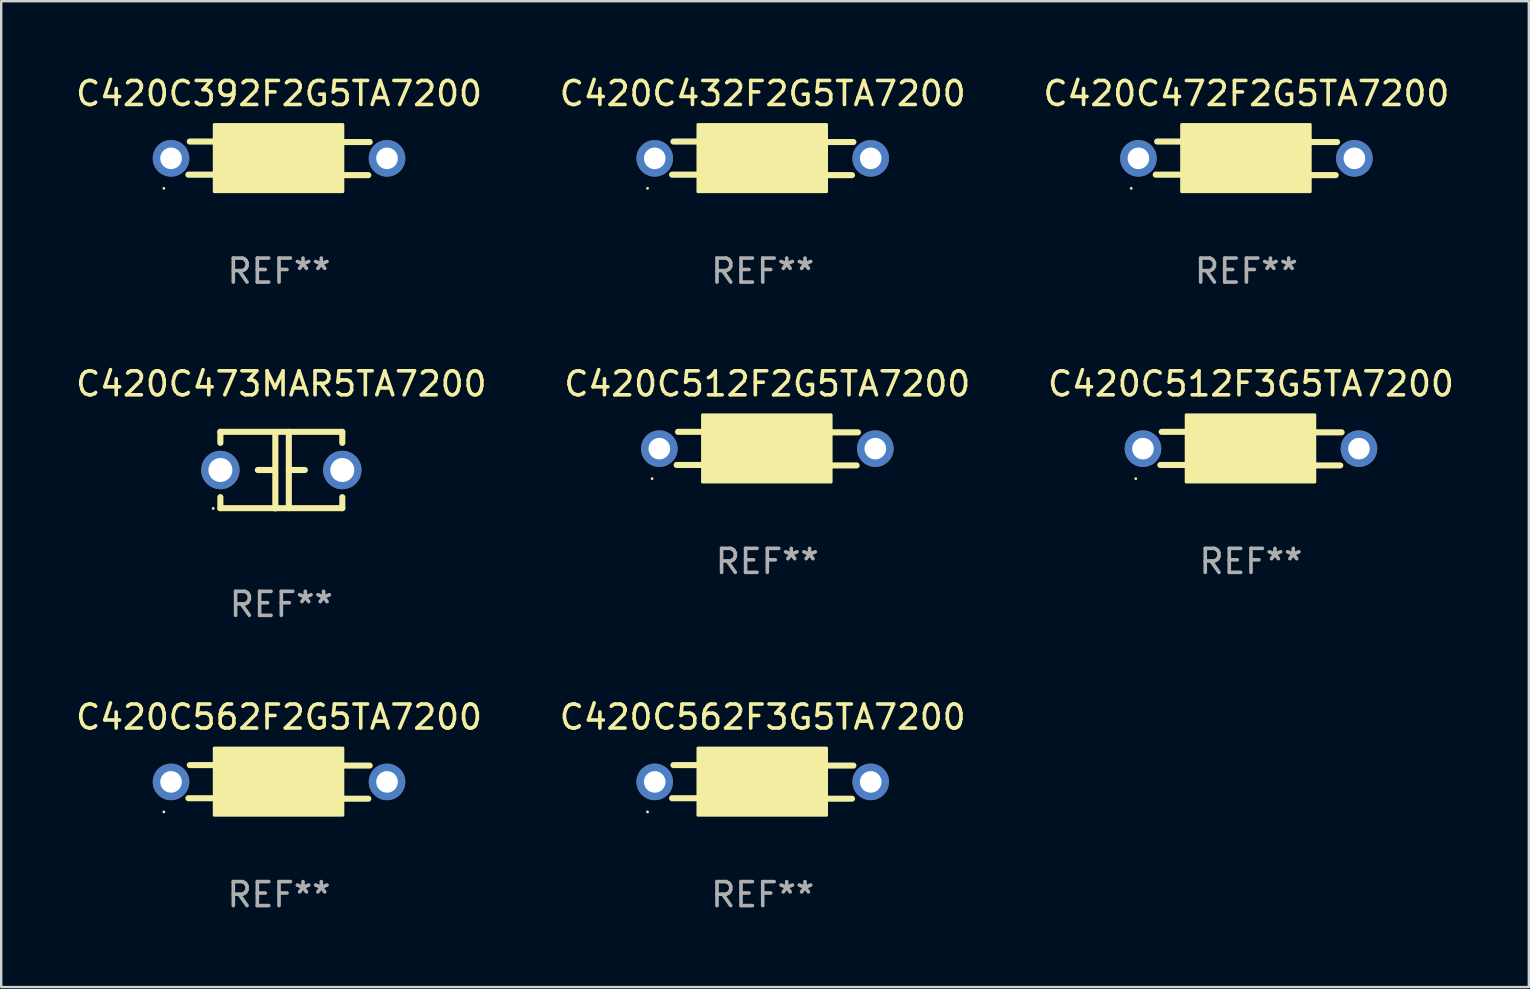
<source format=kicad_pcb>
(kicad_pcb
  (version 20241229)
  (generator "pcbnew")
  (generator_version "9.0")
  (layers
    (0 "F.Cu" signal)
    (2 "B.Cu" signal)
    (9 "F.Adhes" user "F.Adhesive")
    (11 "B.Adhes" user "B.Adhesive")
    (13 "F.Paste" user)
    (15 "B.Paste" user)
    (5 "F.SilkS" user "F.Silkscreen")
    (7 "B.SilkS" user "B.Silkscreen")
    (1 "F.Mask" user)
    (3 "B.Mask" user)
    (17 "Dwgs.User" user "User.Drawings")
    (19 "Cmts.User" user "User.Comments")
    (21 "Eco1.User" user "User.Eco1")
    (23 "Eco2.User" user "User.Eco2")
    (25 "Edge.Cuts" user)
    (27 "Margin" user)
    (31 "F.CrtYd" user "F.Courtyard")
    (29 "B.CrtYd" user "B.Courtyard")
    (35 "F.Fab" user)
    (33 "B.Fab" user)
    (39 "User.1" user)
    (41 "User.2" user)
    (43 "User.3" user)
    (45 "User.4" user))
  (footprint "C420C562F2G5TA7200"
    (layer "F.Cu")
    (at 8.577 29.531)
    (property "Reference" "C420C562F2G5TA7200" (at 0 -2.7 0) (layer "F.SilkS") (effects (font (size 1 1) (thickness 0.15))))
    (attr through_hole)
    (fp_line (start -2.7 -0.7) (end -3.72 -0.7) (stroke (width 0.254) (type solid)) (layer "F.SilkS"))
    (fp_line (start -2.7 0.68) (end -3.777 0.68) (stroke (width 0.254) (type solid)) (layer "F.SilkS"))
    (fp_line (start 2.7 -0.68) (end 3.777 -0.68) (stroke (width 0.254) (type solid)) (layer "F.SilkS"))
    (fp_line (start 2.7 0.7) (end 3.72 0.7) (stroke (width 0.254) (type solid)) (layer "F.SilkS"))
    (fp_circle (center -4.8 1.25) (end -4.77 1.25) (stroke (width 0.06) (type solid)) (fill no) (layer "F.SilkS"))
    (fp_poly (pts (xy -2.7 -1.41) (xy 2.66 -1.41) (xy 2.66 1.39) (xy -2.7 1.39)) (stroke (width 0.12) (type solid)) (fill yes) (layer "F.SilkS"))
    (fp_text user "REF**" (at 0 4.7 0) (layer "F.Fab") (effects (font (size 1 1) (thickness 0.15))))
    (pad "1" thru_hole circle (at -4.5 0) (size 1.524 1.524) (drill 0.9) (layers "*.Cu" "*.Mask"))
    (pad "2" thru_hole circle (at 4.5 0) (size 1.524 1.524) (drill 0.9) (layers "*.Cu" "*.Mask")))
  (footprint "C420C432F2G5TA7200"
    (layer "F.Cu")
    (at 28.732 3.548)
    (property "Reference" "C420C432F2G5TA7200" (at 0 -2.7 0) (layer "F.SilkS") (effects (font (size 1 1) (thickness 0.15))))
    (attr through_hole)
    (fp_line (start -2.7 -0.7) (end -3.72 -0.7) (stroke (width 0.254) (type solid)) (layer "F.SilkS"))
    (fp_line (start -2.7 0.68) (end -3.777 0.68) (stroke (width 0.254) (type solid)) (layer "F.SilkS"))
    (fp_line (start 2.7 -0.68) (end 3.777 -0.68) (stroke (width 0.254) (type solid)) (layer "F.SilkS"))
    (fp_line (start 2.7 0.7) (end 3.72 0.7) (stroke (width 0.254) (type solid)) (layer "F.SilkS"))
    (fp_circle (center -4.8 1.25) (end -4.77 1.25) (stroke (width 0.06) (type solid)) (fill no) (layer "F.SilkS"))
    (fp_poly (pts (xy -2.7 -1.41) (xy 2.66 -1.41) (xy 2.66 1.39) (xy -2.7 1.39)) (stroke (width 0.12) (type solid)) (fill yes) (layer "F.SilkS"))
    (fp_text user "REF**" (at 0 4.7 0) (layer "F.Fab") (effects (font (size 1 1) (thickness 0.15))))
    (pad "1" thru_hole circle (at -4.5 0) (size 1.524 1.524) (drill 0.9) (layers "*.Cu" "*.Mask"))
    (pad "2" thru_hole circle (at 4.5 0) (size 1.524 1.524) (drill 0.9) (layers "*.Cu" "*.Mask")))
  (footprint "C420C512F2G5TA7200"
    (layer "F.Cu")
    (at 28.923 15.645)
    (property "Reference" "C420C512F2G5TA7200" (at 0 -2.7 0) (layer "F.SilkS") (effects (font (size 1 1) (thickness 0.15))))
    (attr through_hole)
    (fp_line (start -2.7 -0.7) (end -3.72 -0.7) (stroke (width 0.254) (type solid)) (layer "F.SilkS"))
    (fp_line (start -2.7 0.68) (end -3.777 0.68) (stroke (width 0.254) (type solid)) (layer "F.SilkS"))
    (fp_line (start 2.7 -0.68) (end 3.777 -0.68) (stroke (width 0.254) (type solid)) (layer "F.SilkS"))
    (fp_line (start 2.7 0.7) (end 3.72 0.7) (stroke (width 0.254) (type solid)) (layer "F.SilkS"))
    (fp_circle (center -4.8 1.25) (end -4.77 1.25) (stroke (width 0.06) (type solid)) (fill no) (layer "F.SilkS"))
    (fp_poly (pts (xy -2.7 -1.41) (xy 2.66 -1.41) (xy 2.66 1.39) (xy -2.7 1.39)) (stroke (width 0.12) (type solid)) (fill yes) (layer "F.SilkS"))
    (fp_text user "REF**" (at 0 4.7 0) (layer "F.Fab") (effects (font (size 1 1) (thickness 0.15))))
    (pad "1" thru_hole circle (at -4.5 0.000051) (size 1.524 1.524) (drill 0.9) (layers "*.Cu" "*.Mask"))
    (pad "2" thru_hole circle (at 4.5 0.000051) (size 1.524 1.524) (drill 0.9) (layers "*.Cu" "*.Mask")))
  (footprint "C420C473MAR5TA7200"
    (layer "F.Cu")
    (at 8.673 16.54)
    (property "Reference" "C420C473MAR5TA7200" (at 0 -3.595 0) (layer "F.SilkS") (effects (font (size 1 1) (thickness 0.15))))
    (attr through_hole)
    (fp_line (start -2.54 -1.595) (end -2.54 -1.136) (stroke (width 0.254) (type solid)) (layer "F.SilkS"))
    (fp_line (start -2.54 -1.595) (end 2.54 -1.595) (stroke (width 0.254) (type solid)) (layer "F.SilkS"))
    (fp_line (start -2.54 1.126) (end -2.54 1.585) (stroke (width 0.254) (type solid)) (layer "F.SilkS"))
    (fp_line (start -0.312 -0.005) (end -0.98 -0.005) (stroke (width 0.254) (type solid)) (layer "F.SilkS"))
    (fp_line (start -0.25 -1.585) (end -0.25 1.595) (stroke (width 0.254) (type solid)) (layer "F.SilkS"))
    (fp_line (start 0.312 -1.595) (end 0.312 1.585) (stroke (width 0.254) (type solid)) (layer "F.SilkS"))
    (fp_line (start 0.312 -0.005) (end 0.98 -0.005) (stroke (width 0.254) (type solid)) (layer "F.SilkS"))
    (fp_line (start 2.54 -1.595) (end 2.54 -1.136) (stroke (width 0.254) (type solid)) (layer "F.SilkS"))
    (fp_line (start 2.54 1.126) (end 2.54 1.585) (stroke (width 0.254) (type solid)) (layer "F.SilkS"))
    (fp_line (start 2.54 1.585) (end -2.54 1.585) (stroke (width 0.254) (type solid)) (layer "F.SilkS"))
    (fp_circle (center -2.84 1.595) (end -2.81 1.595) (stroke (width 0.06) (type solid)) (fill no) (layer "F.SilkS"))
    (fp_text user "REF**" (at 0 5.595 0) (layer "F.Fab") (effects (font (size 1 1) (thickness 0.15))))
    (pad "1" thru_hole circle (at -2.54 -0.005) (size 1.6 1.6) (drill 1) (layers "*.Cu" "*.Mask"))
    (pad "2" thru_hole circle (at 2.54 -0.005) (size 1.6 1.6) (drill 1) (layers "*.Cu" "*.Mask")))
  (footprint "C420C512F3G5TA7200"
    (layer "F.Cu")
    (at 49.077 15.645)
    (property "Reference" "C420C512F3G5TA7200" (at 0 -2.7 0) (layer "F.SilkS") (effects (font (size 1 1) (thickness 0.15))))
    (attr through_hole)
    (fp_line (start -2.7 -0.7) (end -3.72 -0.7) (stroke (width 0.254) (type solid)) (layer "F.SilkS"))
    (fp_line (start -2.7 0.68) (end -3.777 0.68) (stroke (width 0.254) (type solid)) (layer "F.SilkS"))
    (fp_line (start 2.7 -0.68) (end 3.777 -0.68) (stroke (width 0.254) (type solid)) (layer "F.SilkS"))
    (fp_line (start 2.7 0.7) (end 3.72 0.7) (stroke (width 0.254) (type solid)) (layer "F.SilkS"))
    (fp_circle (center -4.8 1.25) (end -4.77 1.25) (stroke (width 0.06) (type solid)) (fill no) (layer "F.SilkS"))
    (fp_poly (pts (xy -2.7 -1.41) (xy 2.66 -1.41) (xy 2.66 1.39) (xy -2.7 1.39)) (stroke (width 0.12) (type solid)) (fill yes) (layer "F.SilkS"))
    (fp_text user "REF**" (at 0 4.7 0) (layer "F.Fab") (effects (font (size 1 1) (thickness 0.15))))
    (pad "1" thru_hole circle (at -4.5 0) (size 1.524 1.524) (drill 0.9) (layers "*.Cu" "*.Mask"))
    (pad "2" thru_hole circle (at 4.5 0) (size 1.524 1.524) (drill 0.9) (layers "*.Cu" "*.Mask")))
  (footprint "C420C472F2G5TA7200"
    (layer "F.Cu")
    (at 48.887 3.548)
    (property "Reference" "C420C472F2G5TA7200" (at 0 -2.7 0) (layer "F.SilkS") (effects (font (size 1 1) (thickness 0.15))))
    (attr through_hole)
    (fp_line (start -2.7 -0.7) (end -3.72 -0.7) (stroke (width 0.254) (type solid)) (layer "F.SilkS"))
    (fp_line (start -2.7 0.68) (end -3.777 0.68) (stroke (width 0.254) (type solid)) (layer "F.SilkS"))
    (fp_line (start 2.7 -0.68) (end 3.777 -0.68) (stroke (width 0.254) (type solid)) (layer "F.SilkS"))
    (fp_line (start 2.7 0.7) (end 3.72 0.7) (stroke (width 0.254) (type solid)) (layer "F.SilkS"))
    (fp_circle (center -4.8 1.25) (end -4.77 1.25) (stroke (width 0.06) (type solid)) (fill no) (layer "F.SilkS"))
    (fp_poly (pts (xy -2.7 -1.41) (xy 2.66 -1.41) (xy 2.66 1.39) (xy -2.7 1.39)) (stroke (width 0.12) (type solid)) (fill yes) (layer "F.SilkS"))
    (fp_text user "REF**" (at 0 4.7 0) (layer "F.Fab") (effects (font (size 1 1) (thickness 0.15))))
    (pad "1" thru_hole circle (at -4.5 0) (size 1.524 1.524) (drill 0.9) (layers "*.Cu" "*.Mask"))
    (pad "2" thru_hole circle (at 4.5 0) (size 1.524 1.524) (drill 0.9) (layers "*.Cu" "*.Mask")))
  (footprint "C420C562F3G5TA7200"
    (layer "F.Cu")
    (at 28.732 29.531)
    (property "Reference" "C420C562F3G5TA7200" (at 0 -2.7 0) (layer "F.SilkS") (effects (font (size 1 1) (thickness 0.15))))
    (attr through_hole)
    (fp_line (start -2.7 -0.7) (end -3.72 -0.7) (stroke (width 0.254) (type solid)) (layer "F.SilkS"))
    (fp_line (start -2.7 0.68) (end -3.777 0.68) (stroke (width 0.254) (type solid)) (layer "F.SilkS"))
    (fp_line (start 2.7 -0.68) (end 3.777 -0.68) (stroke (width 0.254) (type solid)) (layer "F.SilkS"))
    (fp_line (start 2.7 0.7) (end 3.72 0.7) (stroke (width 0.254) (type solid)) (layer "F.SilkS"))
    (fp_circle (center -4.8 1.25) (end -4.77 1.25) (stroke (width 0.06) (type solid)) (fill no) (layer "F.SilkS"))
    (fp_poly (pts (xy -2.7 -1.41) (xy 2.66 -1.41) (xy 2.66 1.39) (xy -2.7 1.39)) (stroke (width 0.12) (type solid)) (fill yes) (layer "F.SilkS"))
    (fp_text user "REF**" (at 0 4.7 0) (layer "F.Fab") (effects (font (size 1 1) (thickness 0.15))))
    (pad "1" thru_hole circle (at -4.5 0.000051) (size 1.524 1.524) (drill 0.9) (layers "*.Cu" "*.Mask"))
    (pad "2" thru_hole circle (at 4.5 0.000051) (size 1.524 1.524) (drill 0.9) (layers "*.Cu" "*.Mask")))
  (footprint "C420C392F2G5TA7200"
    (layer "F.Cu")
    (at 8.577 3.548)
    (property "Reference" "C420C392F2G5TA7200" (at 0 -2.7 0) (layer "F.SilkS") (effects (font (size 1 1) (thickness 0.15))))
    (attr through_hole)
    (fp_line (start -2.7 -0.7) (end -3.72 -0.7) (stroke (width 0.254) (type solid)) (layer "F.SilkS"))
    (fp_line (start -2.7 0.68) (end -3.777 0.68) (stroke (width 0.254) (type solid)) (layer "F.SilkS"))
    (fp_line (start 2.7 -0.68) (end 3.777 -0.68) (stroke (width 0.254) (type solid)) (layer "F.SilkS"))
    (fp_line (start 2.7 0.7) (end 3.72 0.7) (stroke (width 0.254) (type solid)) (layer "F.SilkS"))
    (fp_circle (center -4.8 1.25) (end -4.77 1.25) (stroke (width 0.06) (type solid)) (fill no) (layer "F.SilkS"))
    (fp_poly (pts (xy -2.7 -1.41) (xy 2.66 -1.41) (xy 2.66 1.39) (xy -2.7 1.39)) (stroke (width 0.12) (type solid)) (fill yes) (layer "F.SilkS"))
    (fp_text user "REF**" (at 0 4.7 0) (layer "F.Fab") (effects (font (size 1 1) (thickness 0.15))))
    (pad "1" thru_hole circle (at -4.5 0) (size 1.524 1.524) (drill 0.9) (layers "*.Cu" "*.Mask"))
    (pad "2" thru_hole circle (at 4.5 0) (size 1.524 1.524) (drill 0.9) (layers "*.Cu" "*.Mask")))
  (gr_rect
    (start -3 -3)
    (end 60.655 38.079)
    (stroke (width 0.1) (type default))
    (fill no)
    (layer "Edge.Cuts")))
</source>
